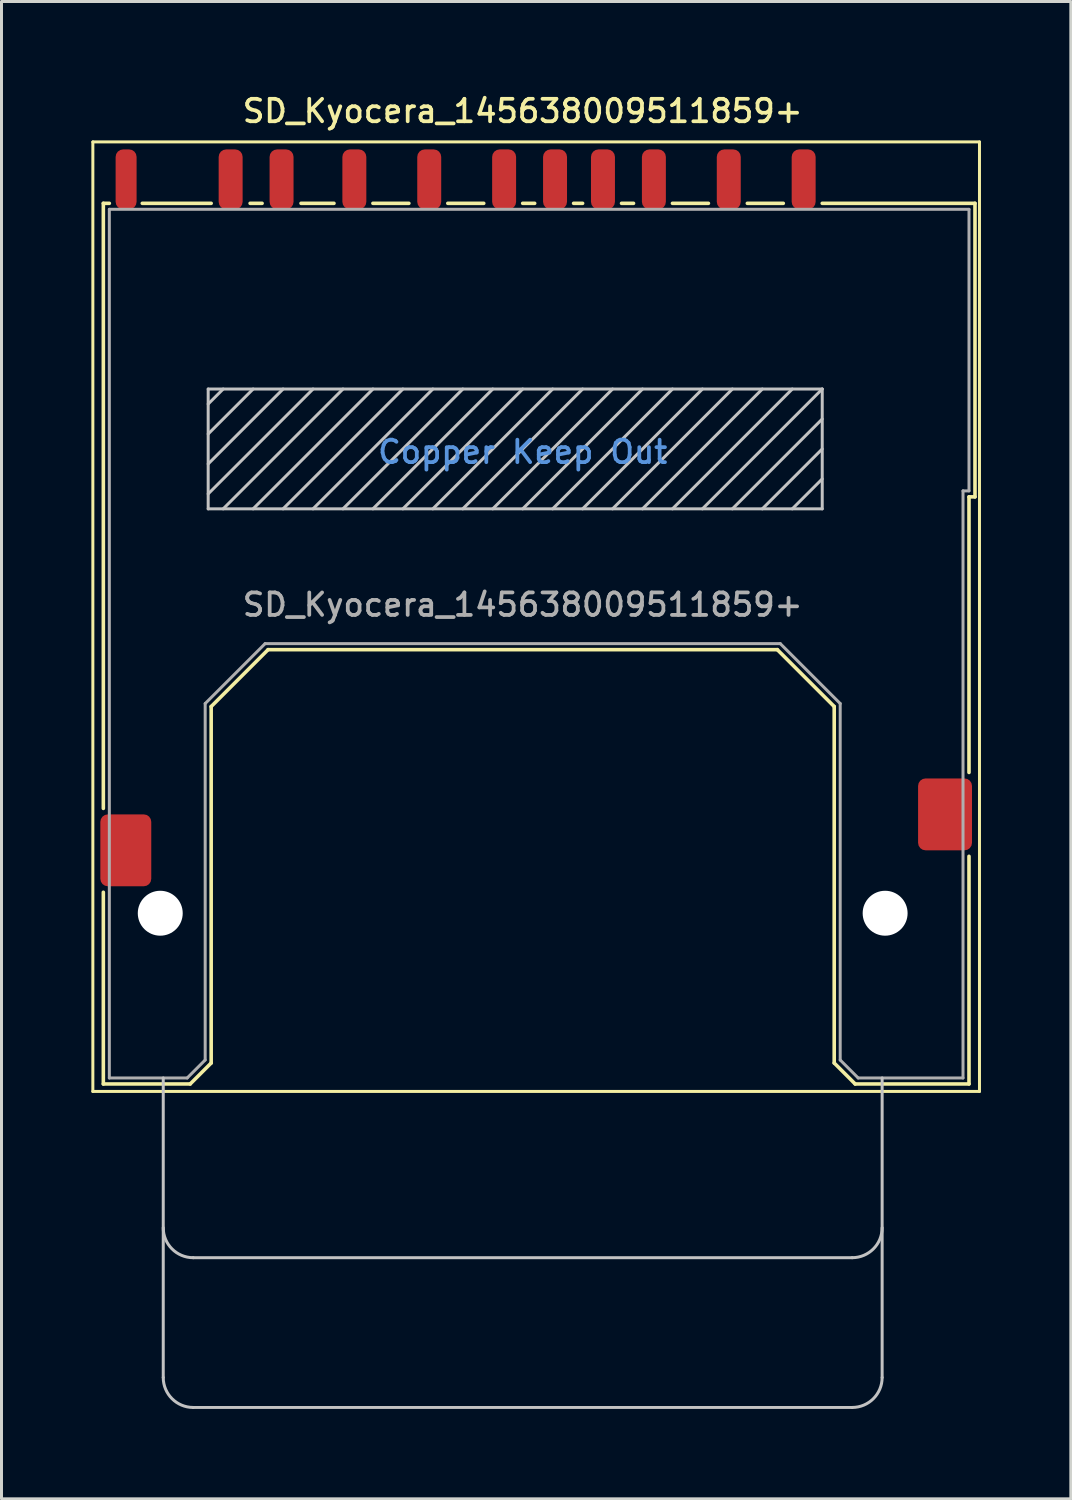
<source format=kicad_pcb>
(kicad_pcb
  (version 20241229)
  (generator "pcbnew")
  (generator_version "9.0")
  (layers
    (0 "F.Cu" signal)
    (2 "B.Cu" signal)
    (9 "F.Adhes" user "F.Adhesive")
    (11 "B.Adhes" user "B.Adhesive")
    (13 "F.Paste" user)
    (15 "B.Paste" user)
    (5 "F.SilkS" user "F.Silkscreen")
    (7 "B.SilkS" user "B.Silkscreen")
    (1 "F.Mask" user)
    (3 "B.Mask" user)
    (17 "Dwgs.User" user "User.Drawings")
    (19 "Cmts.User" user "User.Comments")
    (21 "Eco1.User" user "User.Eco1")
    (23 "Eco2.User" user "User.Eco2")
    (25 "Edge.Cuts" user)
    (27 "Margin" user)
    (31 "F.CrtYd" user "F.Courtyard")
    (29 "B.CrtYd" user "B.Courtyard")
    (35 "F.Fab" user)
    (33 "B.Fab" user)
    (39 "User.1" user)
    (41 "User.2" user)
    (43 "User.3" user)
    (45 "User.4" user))
  (footprint "SD_Kyocera_145638009511859+"
    (layer "F.Cu")
    (at 14.4 15.438)
    (property "Reference" "SD_Kyocera_145638009511859+" (at 0 -14.78 180) (layer "F.SilkS") (effects (font (size 0.75 0.75) (thickness 0.125))))
    (attr smd)
    (fp_line (start -14.35 -13.75) (end 15.25 -13.75) (stroke (width 0.1) (type solid)) (layer "F.SilkS"))
    (fp_line (start -14.35 17.95) (end -14.35 -13.75) (stroke (width 0.1) (type solid)) (layer "F.SilkS"))
    (fp_line (start -14 -11.7) (end -14 8.5) (stroke (width 0.12) (type solid)) (layer "F.SilkS"))
    (fp_line (start -14 11.3) (end -14 17.7) (stroke (width 0.12) (type solid)) (layer "F.SilkS"))
    (fp_line (start -14 17.7) (end -11.1 17.7) (stroke (width 0.12) (type solid)) (layer "F.SilkS"))
    (fp_line (start -13.8 -11.7) (end -14 -11.7) (stroke (width 0.12) (type solid)) (layer "F.SilkS"))
    (fp_line (start -10.4 -11.7) (end -12.7 -11.7) (stroke (width 0.12) (type solid)) (layer "F.SilkS"))
    (fp_line (start -10.4 17) (end -11.1 17.7) (stroke (width 0.12) (type solid)) (layer "F.SilkS"))
    (fp_line (start -10.4 17) (end -10.4 5.1) (stroke (width 0.12) (type solid)) (layer "F.SilkS"))
    (fp_line (start -8.7 -11.7) (end -9.1 -11.7) (stroke (width 0.12) (type solid)) (layer "F.SilkS"))
    (fp_line (start -8.5 3.2) (end -10.4 5.1) (stroke (width 0.12) (type solid)) (layer "F.SilkS"))
    (fp_line (start -8.5 3.2) (end 8.5 3.2) (stroke (width 0.12) (type solid)) (layer "F.SilkS"))
    (fp_line (start -6.3 -11.7) (end -7.4 -11.7) (stroke (width 0.12) (type solid)) (layer "F.SilkS"))
    (fp_line (start -3.8 -11.7) (end -5 -11.7) (stroke (width 0.12) (type solid)) (layer "F.SilkS"))
    (fp_line (start -1.3 -11.7) (end -2.5 -11.7) (stroke (width 0.12) (type solid)) (layer "F.SilkS"))
    (fp_line (start 0.4 -11.7) (end 0 -11.7) (stroke (width 0.12) (type solid)) (layer "F.SilkS"))
    (fp_line (start 2 -11.7) (end 1.7 -11.7) (stroke (width 0.12) (type solid)) (layer "F.SilkS"))
    (fp_line (start 3.7 -11.7) (end 3.3 -11.7) (stroke (width 0.12) (type solid)) (layer "F.SilkS"))
    (fp_line (start 6.2 -11.7) (end 5 -11.7) (stroke (width 0.12) (type solid)) (layer "F.SilkS"))
    (fp_line (start 8.5 3.2) (end 10.4 5.1) (stroke (width 0.12) (type solid)) (layer "F.SilkS"))
    (fp_line (start 8.7 -11.7) (end 7.5 -11.7) (stroke (width 0.12) (type solid)) (layer "F.SilkS"))
    (fp_line (start 10.4 17) (end 10.4 5.1) (stroke (width 0.12) (type solid)) (layer "F.SilkS"))
    (fp_line (start 10.4 17) (end 11.1 17.7) (stroke (width 0.12) (type solid)) (layer "F.SilkS"))
    (fp_line (start 14.9 -1.9) (end 14.9 7.3) (stroke (width 0.12) (type solid)) (layer "F.SilkS"))
    (fp_line (start 14.9 -1.9) (end 15.1 -1.9) (stroke (width 0.12) (type solid)) (layer "F.SilkS"))
    (fp_line (start 14.9 10.1) (end 14.9 17.7) (stroke (width 0.12) (type solid)) (layer "F.SilkS"))
    (fp_line (start 14.9 17.7) (end 11.1 17.7) (stroke (width 0.12) (type solid)) (layer "F.SilkS"))
    (fp_line (start 15.1 -11.7) (end 10 -11.7) (stroke (width 0.12) (type solid)) (layer "F.SilkS"))
    (fp_line (start 15.1 -1.9) (end 15.1 -11.7) (stroke (width 0.12) (type solid)) (layer "F.SilkS"))
    (fp_line (start 15.25 -13.75) (end 15.25 17.95) (stroke (width 0.1) (type solid)) (layer "F.SilkS"))
    (fp_line (start 15.25 17.95) (end -14.35 17.95) (stroke (width 0.1) (type solid)) (layer "F.SilkS"))
    (fp_line (start -12 17.5) (end -12 27.5) (stroke (width 0.1) (type solid)) (layer "Dwgs.User"))
    (fp_line (start -11 23.5) (end 11 23.5) (stroke (width 0.1) (type solid)) (layer "Dwgs.User"))
    (fp_line (start -11 28.5) (end 11 28.5) (stroke (width 0.1) (type solid)) (layer "Dwgs.User"))
    (fp_line (start -10.5 -5.5) (end 10 -5.5) (stroke (width 0.1) (type solid)) (layer "Dwgs.User"))
    (fp_line (start -10.5 -1.5) (end -10.5 -5.5) (stroke (width 0.1) (type solid)) (layer "Dwgs.User"))
    (fp_line (start -10 -5.5) (end -10.5 -5) (stroke (width 0.1) (type solid)) (layer "Dwgs.User"))
    (fp_line (start -9 -5.5) (end -10.5 -4) (stroke (width 0.1) (type solid)) (layer "Dwgs.User"))
    (fp_line (start -8 -5.5) (end -10.5 -3) (stroke (width 0.1) (type solid)) (layer "Dwgs.User"))
    (fp_line (start -7 -5.5) (end -10.5 -2) (stroke (width 0.1) (type solid)) (layer "Dwgs.User"))
    (fp_line (start -6 -5.5) (end -10 -1.5) (stroke (width 0.1) (type solid)) (layer "Dwgs.User"))
    (fp_line (start -5 -5.5) (end -9 -1.5) (stroke (width 0.1) (type solid)) (layer "Dwgs.User"))
    (fp_line (start -4 -5.5) (end -8 -1.5) (stroke (width 0.1) (type solid)) (layer "Dwgs.User"))
    (fp_line (start -3 -5.5) (end -7 -1.5) (stroke (width 0.1) (type solid)) (layer "Dwgs.User"))
    (fp_line (start -2 -5.5) (end -6 -1.5) (stroke (width 0.1) (type solid)) (layer "Dwgs.User"))
    (fp_line (start -1 -5.5) (end -5 -1.5) (stroke (width 0.1) (type solid)) (layer "Dwgs.User"))
    (fp_line (start 0 -5.5) (end -4 -1.5) (stroke (width 0.1) (type solid)) (layer "Dwgs.User"))
    (fp_line (start 1 -5.5) (end -3 -1.5) (stroke (width 0.1) (type solid)) (layer "Dwgs.User"))
    (fp_line (start 2 -5.5) (end -2 -1.5) (stroke (width 0.1) (type solid)) (layer "Dwgs.User"))
    (fp_line (start 3 -5.5) (end -1 -1.5) (stroke (width 0.1) (type solid)) (layer "Dwgs.User"))
    (fp_line (start 4 -5.5) (end 0 -1.5) (stroke (width 0.1) (type solid)) (layer "Dwgs.User"))
    (fp_line (start 5 -5.5) (end 1 -1.5) (stroke (width 0.1) (type solid)) (layer "Dwgs.User"))
    (fp_line (start 6 -5.5) (end 2 -1.5) (stroke (width 0.1) (type solid)) (layer "Dwgs.User"))
    (fp_line (start 7 -5.5) (end 3 -1.5) (stroke (width 0.1) (type solid)) (layer "Dwgs.User"))
    (fp_line (start 8 -5.5) (end 4 -1.5) (stroke (width 0.1) (type solid)) (layer "Dwgs.User"))
    (fp_line (start 9 -5.5) (end 5 -1.5) (stroke (width 0.1) (type solid)) (layer "Dwgs.User"))
    (fp_line (start 10 -5.5) (end 6 -1.5) (stroke (width 0.1) (type solid)) (layer "Dwgs.User"))
    (fp_line (start 10 -5.5) (end 10 -1.5) (stroke (width 0.1) (type solid)) (layer "Dwgs.User"))
    (fp_line (start 10 -4.5) (end 7 -1.5) (stroke (width 0.1) (type solid)) (layer "Dwgs.User"))
    (fp_line (start 10 -3.5) (end 8 -1.5) (stroke (width 0.1) (type solid)) (layer "Dwgs.User"))
    (fp_line (start 10 -2.5) (end 9 -1.5) (stroke (width 0.1) (type solid)) (layer "Dwgs.User"))
    (fp_line (start 10 -1.5) (end -10.5 -1.5) (stroke (width 0.1) (type solid)) (layer "Dwgs.User"))
    (fp_line (start 12 27.5) (end 12 17.5) (stroke (width 0.1) (type solid)) (layer "Dwgs.User"))
    (fp_arc (start -11 23.5) (mid -11.707107 23.207107) (end -12 22.5) (stroke (width 0.1) (type solid)) (layer "Dwgs.User"))
    (fp_arc (start -11 28.5) (mid -11.707107 28.207107) (end -12 27.5) (stroke (width 0.1) (type solid)) (layer "Dwgs.User"))
    (fp_arc (start 12 22.5) (mid 11.707107 23.207107) (end 11 23.5) (stroke (width 0.1) (type solid)) (layer "Dwgs.User"))
    (fp_arc (start 12 27.5) (mid 11.707107 28.207107) (end 11 28.5) (stroke (width 0.1) (type solid)) (layer "Dwgs.User"))
    (fp_line (start -13.8 -11.5) (end -13.8 17.5) (stroke (width 0.1) (type solid)) (layer "F.Fab"))
    (fp_line (start -13.8 17.5) (end -11.2 17.5) (stroke (width 0.1) (type solid)) (layer "F.Fab"))
    (fp_line (start -10.6 16.9) (end -11.2 17.5) (stroke (width 0.1) (type solid)) (layer "F.Fab"))
    (fp_line (start -10.6 16.9) (end -10.6 5) (stroke (width 0.1) (type solid)) (layer "F.Fab"))
    (fp_line (start -8.6 3) (end -10.6 5) (stroke (width 0.1) (type solid)) (layer "F.Fab"))
    (fp_line (start -8.6 3) (end 8.6 3) (stroke (width 0.1) (type solid)) (layer "F.Fab"))
    (fp_line (start 10.6 5) (end 8.6 3) (stroke (width 0.1) (type solid)) (layer "F.Fab"))
    (fp_line (start 10.6 5) (end 10.6 16.9) (stroke (width 0.1) (type solid)) (layer "F.Fab"))
    (fp_line (start 11.2 17.5) (end 10.6 16.9) (stroke (width 0.1) (type solid)) (layer "F.Fab"))
    (fp_line (start 11.2 17.5) (end 14.7 17.5) (stroke (width 0.1) (type solid)) (layer "F.Fab"))
    (fp_line (start 14.7 -2.1) (end 14.9 -2.1) (stroke (width 0.1) (type solid)) (layer "F.Fab"))
    (fp_line (start 14.7 17.5) (end 14.7 -2.1) (stroke (width 0.1) (type solid)) (layer "F.Fab"))
    (fp_line (start 14.9 -11.5) (end -13.8 -11.5) (stroke (width 0.1) (type solid)) (layer "F.Fab"))
    (fp_line (start 14.9 -2.1) (end 14.9 -11.5) (stroke (width 0.1) (type solid)) (layer "F.Fab"))
    (fp_text user "Copper Keep Out" (at 0 -3.4 180) (layer "Cmts.User") (effects (font (size 0.75 0.75) (thickness 0.125))))
    (fp_text user "${REFERENCE}" (at 0 1.7 180) (layer "F.Fab") (effects (font (size 0.75 0.75) (thickness 0.125))))
    (pad "" np_thru_hole circle (at -12.1 12 180) (size 1.5 1.5) (drill 1.5) (layers "*.Cu" "*.Mask"))
    (pad "" np_thru_hole circle (at 12.1 12 180) (size 1.5 1.5) (drill 1.5) (layers "*.Cu" "*.Mask"))
    (pad "1" smd roundrect (at 6.88 -12.5) (size 0.8 2) (layers "F.Cu" "F.Mask" "F.Paste") (roundrect_rratio 0.313))
    (pad "2" smd roundrect (at 4.38 -12.5) (size 0.8 2) (layers "F.Cu" "F.Mask" "F.Paste") (roundrect_rratio 0.313))
    (pad "3" smd roundrect (at 1.08 -12.5) (size 0.8 2) (layers "F.Cu" "F.Mask" "F.Paste") (roundrect_rratio 0.313))
    (pad "4" smd roundrect (at -0.62 -12.5) (size 0.8 2) (layers "F.Cu" "F.Mask" "F.Paste") (roundrect_rratio 0.313))
    (pad "5" smd roundrect (at -3.12 -12.5) (size 0.8 2) (layers "F.Cu" "F.Mask" "F.Paste") (roundrect_rratio 0.313))
    (pad "6" smd roundrect (at -5.62 -12.5) (size 0.8 2) (layers "F.Cu" "F.Mask" "F.Paste") (roundrect_rratio 0.313))
    (pad "7" smd roundrect (at -8.05 -12.5) (size 0.8 2) (layers "F.Cu" "F.Mask" "F.Paste") (roundrect_rratio 0.313))
    (pad "8" smd roundrect (at -9.75 -12.5) (size 0.8 2) (layers "F.Cu" "F.Mask" "F.Paste") (roundrect_rratio 0.313))
    (pad "9" smd roundrect (at 9.38 -12.5) (size 0.8 2) (layers "F.Cu" "F.Mask" "F.Paste") (roundrect_rratio 0.313))
    (pad "10" smd roundrect (at 2.68 -12.5) (size 0.8 2) (layers "F.Cu" "F.Mask" "F.Paste") (roundrect_rratio 0.313))
    (pad "11" smd roundrect (at -13.24 -12.5) (size 0.7 2) (layers "F.Cu" "F.Mask" "F.Paste") (roundrect_rratio 0.357))
    (pad "12" smd roundrect (at 14.1 8.7) (size 1.8 2.4) (layers "F.Cu" "F.Mask" "F.Paste") (roundrect_rratio 0.139))
    (pad "13" smd roundrect (at -13.25 9.9) (size 1.7 2.4) (layers "F.Cu" "F.Mask" "F.Paste") (roundrect_rratio 0.147)))
  (gr_rect
    (start -3 -3)
    (end 32.7 46.988)
    (stroke (width 0.1) (type default))
    (fill no)
    (layer "Edge.Cuts")))
</source>
